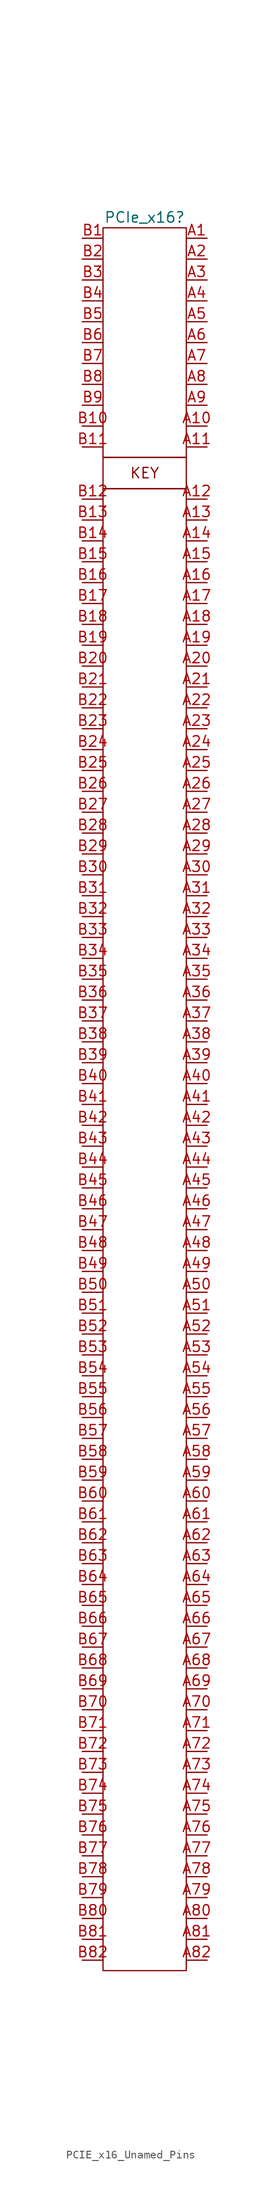
<source format=kicad_sym>
(kicad_symbol_lib
  (version 20220914)
  (generator kicad_symbol_editor)
  (symbol "PCIE_x16_Unamed_Pins"
    (property "Reference" "PCIe_x16"
      (at 0 2.54 0)
      (effects (font (size 1.27 1.27))))
    (property "Value" ""
      (at -11.43 -1.27 0)
      (effects (font (size 1.27 1.27))))
    (symbol "PCIE_x16_Unamed_Pins_0_1"
      (rectangle (start -5.08 -30.48) (end 5.08 -210.82) (stroke (width 0) (type default)) (fill (type none)))
      (rectangle (start -5.08 1.27) (end 5.08 -26.67) (stroke (width 0) (type default)) (fill (type none))))
    (symbol "PCIE_x16_Unamed_Pins_1_1"
      (text_box "KEY" (at -5.08 -26.67 0) (size 10.16 -3.81) (stroke (width 0) (type default)) (fill (type none)) (effects (font (size 1.27 1.27))))
      (pin input line (at 7.62 0 180) (length 2.54) (name "" (effects (font (size 1.27 1.27)))) (number "A1" (effects (font (size 1.27 1.27)))))
      (pin input line (at 7.62 -22.86 180) (length 2.54) (name "" (effects (font (size 1.27 1.27)))) (number "A10" (effects (font (size 1.27 1.27)))))
      (pin input line (at 7.62 -25.4 180) (length 2.54) (name "" (effects (font (size 1.27 1.27)))) (number "A11" (effects (font (size 1.27 1.27)))))
      (pin input line (at 7.62 -31.75 180) (length 2.54) (name "" (effects (font (size 1.27 1.27)))) (number "A12" (effects (font (size 1.27 1.27)))))
      (pin input line (at 7.62 -34.29 180) (length 2.54) (name "" (effects (font (size 1.27 1.27)))) (number "A13" (effects (font (size 1.27 1.27)))))
      (pin input line (at 7.62 -36.83 180) (length 2.54) (name "" (effects (font (size 1.27 1.27)))) (number "A14" (effects (font (size 1.27 1.27)))))
      (pin input line (at 7.62 -39.37 180) (length 2.54) (name "" (effects (font (size 1.27 1.27)))) (number "A15" (effects (font (size 1.27 1.27)))))
      (pin input line (at 7.62 -41.91 180) (length 2.54) (name "" (effects (font (size 1.27 1.27)))) (number "A16" (effects (font (size 1.27 1.27)))))
      (pin input line (at 7.62 -44.45 180) (length 2.54) (name "" (effects (font (size 1.27 1.27)))) (number "A17" (effects (font (size 1.27 1.27)))))
      (pin input line (at 7.62 -46.99 180) (length 2.54) (name "" (effects (font (size 1.27 1.27)))) (number "A18" (effects (font (size 1.27 1.27)))))
      (pin input line (at 7.62 -49.53 180) (length 2.54) (name "" (effects (font (size 1.27 1.27)))) (number "A19" (effects (font (size 1.27 1.27)))))
      (pin input line (at 7.62 -2.54 180) (length 2.54) (name "" (effects (font (size 1.27 1.27)))) (number "A2" (effects (font (size 1.27 1.27)))))
      (pin input line (at 7.62 -52.07 180) (length 2.54) (name "" (effects (font (size 1.27 1.27)))) (number "A20" (effects (font (size 1.27 1.27)))))
      (pin input line (at 7.62 -54.61 180) (length 2.54) (name "" (effects (font (size 1.27 1.27)))) (number "A21" (effects (font (size 1.27 1.27)))))
      (pin input line (at 7.62 -57.15 180) (length 2.54) (name "" (effects (font (size 1.27 1.27)))) (number "A22" (effects (font (size 1.27 1.27)))))
      (pin input line (at 7.62 -59.69 180) (length 2.54) (name "" (effects (font (size 1.27 1.27)))) (number "A23" (effects (font (size 1.27 1.27)))))
      (pin input line (at 7.62 -62.23 180) (length 2.54) (name "" (effects (font (size 1.27 1.27)))) (number "A24" (effects (font (size 1.27 1.27)))))
      (pin input line (at 7.62 -64.77 180) (length 2.54) (name "" (effects (font (size 1.27 1.27)))) (number "A25" (effects (font (size 1.27 1.27)))))
      (pin input line (at 7.62 -67.31 180) (length 2.54) (name "" (effects (font (size 1.27 1.27)))) (number "A26" (effects (font (size 1.27 1.27)))))
      (pin input line (at 7.62 -69.85 180) (length 2.54) (name "" (effects (font (size 1.27 1.27)))) (number "A27" (effects (font (size 1.27 1.27)))))
      (pin input line (at 7.62 -72.39 180) (length 2.54) (name "" (effects (font (size 1.27 1.27)))) (number "A28" (effects (font (size 1.27 1.27)))))
      (pin input line (at 7.62 -74.93 180) (length 2.54) (name "" (effects (font (size 1.27 1.27)))) (number "A29" (effects (font (size 1.27 1.27)))))
      (pin input line (at 7.62 -5.08 180) (length 2.54) (name "" (effects (font (size 1.27 1.27)))) (number "A3" (effects (font (size 1.27 1.27)))))
      (pin input line (at 7.62 -77.47 180) (length 2.54) (name "" (effects (font (size 1.27 1.27)))) (number "A30" (effects (font (size 1.27 1.27)))))
      (pin input line (at 7.62 -80.01 180) (length 2.54) (name "" (effects (font (size 1.27 1.27)))) (number "A31" (effects (font (size 1.27 1.27)))))
      (pin input line (at 7.62 -82.55 180) (length 2.54) (name "" (effects (font (size 1.27 1.27)))) (number "A32" (effects (font (size 1.27 1.27)))))
      (pin input line (at 7.62 -85.09 180) (length 2.54) (name "" (effects (font (size 1.27 1.27)))) (number "A33" (effects (font (size 1.27 1.27)))))
      (pin input line (at 7.62 -87.63 180) (length 2.54) (name "" (effects (font (size 1.27 1.27)))) (number "A34" (effects (font (size 1.27 1.27)))))
      (pin input line (at 7.62 -90.17 180) (length 2.54) (name "" (effects (font (size 1.27 1.27)))) (number "A35" (effects (font (size 1.27 1.27)))))
      (pin input line (at 7.62 -92.71 180) (length 2.54) (name "" (effects (font (size 1.27 1.27)))) (number "A36" (effects (font (size 1.27 1.27)))))
      (pin input line (at 7.62 -95.25 180) (length 2.54) (name "" (effects (font (size 1.27 1.27)))) (number "A37" (effects (font (size 1.27 1.27)))))
      (pin input line (at 7.62 -97.79 180) (length 2.54) (name "" (effects (font (size 1.27 1.27)))) (number "A38" (effects (font (size 1.27 1.27)))))
      (pin input line (at 7.62 -100.33 180) (length 2.54) (name "" (effects (font (size 1.27 1.27)))) (number "A39" (effects (font (size 1.27 1.27)))))
      (pin input line (at 7.62 -7.62 180) (length 2.54) (name "" (effects (font (size 1.27 1.27)))) (number "A4" (effects (font (size 1.27 1.27)))))
      (pin input line (at 7.62 -102.87 180) (length 2.54) (name "" (effects (font (size 1.27 1.27)))) (number "A40" (effects (font (size 1.27 1.27)))))
      (pin input line (at 7.62 -105.41 180) (length 2.54) (name "" (effects (font (size 1.27 1.27)))) (number "A41" (effects (font (size 1.27 1.27)))))
      (pin input line (at 7.62 -107.95 180) (length 2.54) (name "" (effects (font (size 1.27 1.27)))) (number "A42" (effects (font (size 1.27 1.27)))))
      (pin input line (at 7.62 -110.49 180) (length 2.54) (name "" (effects (font (size 1.27 1.27)))) (number "A43" (effects (font (size 1.27 1.27)))))
      (pin input line (at 7.62 -113.03 180) (length 2.54) (name "" (effects (font (size 1.27 1.27)))) (number "A44" (effects (font (size 1.27 1.27)))))
      (pin input line (at 7.62 -115.57 180) (length 2.54) (name "" (effects (font (size 1.27 1.27)))) (number "A45" (effects (font (size 1.27 1.27)))))
      (pin input line (at 7.62 -118.11 180) (length 2.54) (name "" (effects (font (size 1.27 1.27)))) (number "A46" (effects (font (size 1.27 1.27)))))
      (pin input line (at 7.62 -120.65 180) (length 2.54) (name "" (effects (font (size 1.27 1.27)))) (number "A47" (effects (font (size 1.27 1.27)))))
      (pin input line (at 7.62 -123.19 180) (length 2.54) (name "" (effects (font (size 1.27 1.27)))) (number "A48" (effects (font (size 1.27 1.27)))))
      (pin input line (at 7.62 -125.73 180) (length 2.54) (name "" (effects (font (size 1.27 1.27)))) (number "A49" (effects (font (size 1.27 1.27)))))
      (pin input line (at 7.62 -10.16 180) (length 2.54) (name "" (effects (font (size 1.27 1.27)))) (number "A5" (effects (font (size 1.27 1.27)))))
      (pin input line (at 7.62 -128.27 180) (length 2.54) (name "" (effects (font (size 1.27 1.27)))) (number "A50" (effects (font (size 1.27 1.27)))))
      (pin input line (at 7.62 -130.81 180) (length 2.54) (name "" (effects (font (size 1.27 1.27)))) (number "A51" (effects (font (size 1.27 1.27)))))
      (pin input line (at 7.62 -133.35 180) (length 2.54) (name "" (effects (font (size 1.27 1.27)))) (number "A52" (effects (font (size 1.27 1.27)))))
      (pin input line (at 7.62 -135.89 180) (length 2.54) (name "" (effects (font (size 1.27 1.27)))) (number "A53" (effects (font (size 1.27 1.27)))))
      (pin input line (at 7.62 -138.43 180) (length 2.54) (name "" (effects (font (size 1.27 1.27)))) (number "A54" (effects (font (size 1.27 1.27)))))
      (pin input line (at 7.62 -140.97 180) (length 2.54) (name "" (effects (font (size 1.27 1.27)))) (number "A55" (effects (font (size 1.27 1.27)))))
      (pin input line (at 7.62 -143.51 180) (length 2.54) (name "" (effects (font (size 1.27 1.27)))) (number "A56" (effects (font (size 1.27 1.27)))))
      (pin input line (at 7.62 -146.05 180) (length 2.54) (name "" (effects (font (size 1.27 1.27)))) (number "A57" (effects (font (size 1.27 1.27)))))
      (pin input line (at 7.62 -148.59 180) (length 2.54) (name "" (effects (font (size 1.27 1.27)))) (number "A58" (effects (font (size 1.27 1.27)))))
      (pin input line (at 7.62 -151.13 180) (length 2.54) (name "" (effects (font (size 1.27 1.27)))) (number "A59" (effects (font (size 1.27 1.27)))))
      (pin input line (at 7.62 -12.7 180) (length 2.54) (name "" (effects (font (size 1.27 1.27)))) (number "A6" (effects (font (size 1.27 1.27)))))
      (pin input line (at 7.62 -153.67 180) (length 2.54) (name "" (effects (font (size 1.27 1.27)))) (number "A60" (effects (font (size 1.27 1.27)))))
      (pin input line (at 7.62 -156.21 180) (length 2.54) (name "" (effects (font (size 1.27 1.27)))) (number "A61" (effects (font (size 1.27 1.27)))))
      (pin input line (at 7.62 -158.75 180) (length 2.54) (name "" (effects (font (size 1.27 1.27)))) (number "A62" (effects (font (size 1.27 1.27)))))
      (pin input line (at 7.62 -161.29 180) (length 2.54) (name "" (effects (font (size 1.27 1.27)))) (number "A63" (effects (font (size 1.27 1.27)))))
      (pin input line (at 7.62 -163.83 180) (length 2.54) (name "" (effects (font (size 1.27 1.27)))) (number "A64" (effects (font (size 1.27 1.27)))))
      (pin input line (at 7.62 -166.37 180) (length 2.54) (name "" (effects (font (size 1.27 1.27)))) (number "A65" (effects (font (size 1.27 1.27)))))
      (pin input line (at 7.62 -168.91 180) (length 2.54) (name "" (effects (font (size 1.27 1.27)))) (number "A66" (effects (font (size 1.27 1.27)))))
      (pin input line (at 7.62 -171.45 180) (length 2.54) (name "" (effects (font (size 1.27 1.27)))) (number "A67" (effects (font (size 1.27 1.27)))))
      (pin input line (at 7.62 -173.99 180) (length 2.54) (name "" (effects (font (size 1.27 1.27)))) (number "A68" (effects (font (size 1.27 1.27)))))
      (pin input line (at 7.62 -176.53 180) (length 2.54) (name "" (effects (font (size 1.27 1.27)))) (number "A69" (effects (font (size 1.27 1.27)))))
      (pin input line (at 7.62 -15.24 180) (length 2.54) (name "" (effects (font (size 1.27 1.27)))) (number "A7" (effects (font (size 1.27 1.27)))))
      (pin input line (at 7.62 -179.07 180) (length 2.54) (name "" (effects (font (size 1.27 1.27)))) (number "A70" (effects (font (size 1.27 1.27)))))
      (pin input line (at 7.62 -181.61 180) (length 2.54) (name "" (effects (font (size 1.27 1.27)))) (number "A71" (effects (font (size 1.27 1.27)))))
      (pin input line (at 7.62 -184.15 180) (length 2.54) (name "" (effects (font (size 1.27 1.27)))) (number "A72" (effects (font (size 1.27 1.27)))))
      (pin input line (at 7.62 -186.69 180) (length 2.54) (name "" (effects (font (size 1.27 1.27)))) (number "A73" (effects (font (size 1.27 1.27)))))
      (pin input line (at 7.62 -189.23 180) (length 2.54) (name "" (effects (font (size 1.27 1.27)))) (number "A74" (effects (font (size 1.27 1.27)))))
      (pin input line (at 7.62 -191.77 180) (length 2.54) (name "" (effects (font (size 1.27 1.27)))) (number "A75" (effects (font (size 1.27 1.27)))))
      (pin input line (at 7.62 -194.31 180) (length 2.54) (name "" (effects (font (size 1.27 1.27)))) (number "A76" (effects (font (size 1.27 1.27)))))
      (pin input line (at 7.62 -196.85 180) (length 2.54) (name "" (effects (font (size 1.27 1.27)))) (number "A77" (effects (font (size 1.27 1.27)))))
      (pin input line (at 7.62 -199.39 180) (length 2.54) (name "" (effects (font (size 1.27 1.27)))) (number "A78" (effects (font (size 1.27 1.27)))))
      (pin input line (at 7.62 -201.93 180) (length 2.54) (name "" (effects (font (size 1.27 1.27)))) (number "A79" (effects (font (size 1.27 1.27)))))
      (pin input line (at 7.62 -17.78 180) (length 2.54) (name "" (effects (font (size 1.27 1.27)))) (number "A8" (effects (font (size 1.27 1.27)))))
      (pin input line (at 7.62 -204.47 180) (length 2.54) (name "" (effects (font (size 1.27 1.27)))) (number "A80" (effects (font (size 1.27 1.27)))))
      (pin input line (at 7.62 -207.01 180) (length 2.54) (name "" (effects (font (size 1.27 1.27)))) (number "A81" (effects (font (size 1.27 1.27)))))
      (pin input line (at 7.62 -209.55 180) (length 2.54) (name "" (effects (font (size 1.27 1.27)))) (number "A82" (effects (font (size 1.27 1.27)))))
      (pin input line (at 7.62 -20.32 180) (length 2.54) (name "" (effects (font (size 1.27 1.27)))) (number "A9" (effects (font (size 1.27 1.27)))))
      (pin input line (at -7.62 0 0) (length 2.54) (name "" (effects (font (size 1.27 1.27)))) (number "B1" (effects (font (size 1.27 1.27)))))
      (pin input line (at -7.62 -22.86 0) (length 2.54) (name "" (effects (font (size 1.27 1.27)))) (number "B10" (effects (font (size 1.27 1.27)))))
      (pin input line (at -7.62 -25.4 0) (length 2.54) (name "" (effects (font (size 1.27 1.27)))) (number "B11" (effects (font (size 1.27 1.27)))))
      (pin input line (at -7.62 -31.75 0) (length 2.54) (name "" (effects (font (size 1.27 1.27)))) (number "B12" (effects (font (size 1.27 1.27)))))
      (pin input line (at -7.62 -34.29 0) (length 2.54) (name "" (effects (font (size 1.27 1.27)))) (number "B13" (effects (font (size 1.27 1.27)))))
      (pin input line (at -7.62 -36.83 0) (length 2.54) (name "" (effects (font (size 1.27 1.27)))) (number "B14" (effects (font (size 1.27 1.27)))))
      (pin input line (at -7.62 -39.37 0) (length 2.54) (name "" (effects (font (size 1.27 1.27)))) (number "B15" (effects (font (size 1.27 1.27)))))
      (pin input line (at -7.62 -41.91 0) (length 2.54) (name "" (effects (font (size 1.27 1.27)))) (number "B16" (effects (font (size 1.27 1.27)))))
      (pin input line (at -7.62 -44.45 0) (length 2.54) (name "" (effects (font (size 1.27 1.27)))) (number "B17" (effects (font (size 1.27 1.27)))))
      (pin input line (at -7.62 -46.99 0) (length 2.54) (name "" (effects (font (size 1.27 1.27)))) (number "B18" (effects (font (size 1.27 1.27)))))
      (pin input line (at -7.62 -49.53 0) (length 2.54) (name "" (effects (font (size 1.27 1.27)))) (number "B19" (effects (font (size 1.27 1.27)))))
      (pin input line (at -7.62 -2.54 0) (length 2.54) (name "" (effects (font (size 1.27 1.27)))) (number "B2" (effects (font (size 1.27 1.27)))))
      (pin input line (at -7.62 -52.07 0) (length 2.54) (name "" (effects (font (size 1.27 1.27)))) (number "B20" (effects (font (size 1.27 1.27)))))
      (pin input line (at -7.62 -54.61 0) (length 2.54) (name "" (effects (font (size 1.27 1.27)))) (number "B21" (effects (font (size 1.27 1.27)))))
      (pin input line (at -7.62 -57.15 0) (length 2.54) (name "" (effects (font (size 1.27 1.27)))) (number "B22" (effects (font (size 1.27 1.27)))))
      (pin input line (at -7.62 -59.69 0) (length 2.54) (name "" (effects (font (size 1.27 1.27)))) (number "B23" (effects (font (size 1.27 1.27)))))
      (pin input line (at -7.62 -62.23 0) (length 2.54) (name "" (effects (font (size 1.27 1.27)))) (number "B24" (effects (font (size 1.27 1.27)))))
      (pin input line (at -7.62 -64.77 0) (length 2.54) (name "" (effects (font (size 1.27 1.27)))) (number "B25" (effects (font (size 1.27 1.27)))))
      (pin input line (at -7.62 -67.31 0) (length 2.54) (name "" (effects (font (size 1.27 1.27)))) (number "B26" (effects (font (size 1.27 1.27)))))
      (pin input line (at -7.62 -69.85 0) (length 2.54) (name "" (effects (font (size 1.27 1.27)))) (number "B27" (effects (font (size 1.27 1.27)))))
      (pin input line (at -7.62 -72.39 0) (length 2.54) (name "" (effects (font (size 1.27 1.27)))) (number "B28" (effects (font (size 1.27 1.27)))))
      (pin input line (at -7.62 -74.93 0) (length 2.54) (name "" (effects (font (size 1.27 1.27)))) (number "B29" (effects (font (size 1.27 1.27)))))
      (pin input line (at -7.62 -5.08 0) (length 2.54) (name "" (effects (font (size 1.27 1.27)))) (number "B3" (effects (font (size 1.27 1.27)))))
      (pin input line (at -7.62 -77.47 0) (length 2.54) (name "" (effects (font (size 1.27 1.27)))) (number "B30" (effects (font (size 1.27 1.27)))))
      (pin input line (at -7.62 -80.01 0) (length 2.54) (name "" (effects (font (size 1.27 1.27)))) (number "B31" (effects (font (size 1.27 1.27)))))
      (pin input line (at -7.62 -82.55 0) (length 2.54) (name "" (effects (font (size 1.27 1.27)))) (number "B32" (effects (font (size 1.27 1.27)))))
      (pin input line (at -7.62 -85.09 0) (length 2.54) (name "" (effects (font (size 1.27 1.27)))) (number "B33" (effects (font (size 1.27 1.27)))))
      (pin input line (at -7.62 -87.63 0) (length 2.54) (name "" (effects (font (size 1.27 1.27)))) (number "B34" (effects (font (size 1.27 1.27)))))
      (pin input line (at -7.62 -90.17 0) (length 2.54) (name "" (effects (font (size 1.27 1.27)))) (number "B35" (effects (font (size 1.27 1.27)))))
      (pin input line (at -7.62 -92.71 0) (length 2.54) (name "" (effects (font (size 1.27 1.27)))) (number "B36" (effects (font (size 1.27 1.27)))))
      (pin input line (at -7.62 -95.25 0) (length 2.54) (name "" (effects (font (size 1.27 1.27)))) (number "B37" (effects (font (size 1.27 1.27)))))
      (pin input line (at -7.62 -97.79 0) (length 2.54) (name "" (effects (font (size 1.27 1.27)))) (number "B38" (effects (font (size 1.27 1.27)))))
      (pin input line (at -7.62 -100.33 0) (length 2.54) (name "" (effects (font (size 1.27 1.27)))) (number "B39" (effects (font (size 1.27 1.27)))))
      (pin input line (at -7.62 -7.62 0) (length 2.54) (name "" (effects (font (size 1.27 1.27)))) (number "B4" (effects (font (size 1.27 1.27)))))
      (pin input line (at -7.62 -102.87 0) (length 2.54) (name "" (effects (font (size 1.27 1.27)))) (number "B40" (effects (font (size 1.27 1.27)))))
      (pin input line (at -7.62 -105.41 0) (length 2.54) (name "" (effects (font (size 1.27 1.27)))) (number "B41" (effects (font (size 1.27 1.27)))))
      (pin input line (at -7.62 -107.95 0) (length 2.54) (name "" (effects (font (size 1.27 1.27)))) (number "B42" (effects (font (size 1.27 1.27)))))
      (pin input line (at -7.62 -110.49 0) (length 2.54) (name "" (effects (font (size 1.27 1.27)))) (number "B43" (effects (font (size 1.27 1.27)))))
      (pin input line (at -7.62 -113.03 0) (length 2.54) (name "" (effects (font (size 1.27 1.27)))) (number "B44" (effects (font (size 1.27 1.27)))))
      (pin input line (at -7.62 -115.57 0) (length 2.54) (name "" (effects (font (size 1.27 1.27)))) (number "B45" (effects (font (size 1.27 1.27)))))
      (pin input line (at -7.62 -118.11 0) (length 2.54) (name "" (effects (font (size 1.27 1.27)))) (number "B46" (effects (font (size 1.27 1.27)))))
      (pin input line (at -7.62 -120.65 0) (length 2.54) (name "" (effects (font (size 1.27 1.27)))) (number "B47" (effects (font (size 1.27 1.27)))))
      (pin input line (at -7.62 -123.19 0) (length 2.54) (name "" (effects (font (size 1.27 1.27)))) (number "B48" (effects (font (size 1.27 1.27)))))
      (pin input line (at -7.62 -125.73 0) (length 2.54) (name "" (effects (font (size 1.27 1.27)))) (number "B49" (effects (font (size 1.27 1.27)))))
      (pin input line (at -7.62 -10.16 0) (length 2.54) (name "" (effects (font (size 1.27 1.27)))) (number "B5" (effects (font (size 1.27 1.27)))))
      (pin input line (at -7.62 -128.27 0) (length 2.54) (name "" (effects (font (size 1.27 1.27)))) (number "B50" (effects (font (size 1.27 1.27)))))
      (pin input line (at -7.62 -130.81 0) (length 2.54) (name "" (effects (font (size 1.27 1.27)))) (number "B51" (effects (font (size 1.27 1.27)))))
      (pin input line (at -7.62 -133.35 0) (length 2.54) (name "" (effects (font (size 1.27 1.27)))) (number "B52" (effects (font (size 1.27 1.27)))))
      (pin input line (at -7.62 -135.89 0) (length 2.54) (name "" (effects (font (size 1.27 1.27)))) (number "B53" (effects (font (size 1.27 1.27)))))
      (pin input line (at -7.62 -138.43 0) (length 2.54) (name "" (effects (font (size 1.27 1.27)))) (number "B54" (effects (font (size 1.27 1.27)))))
      (pin input line (at -7.62 -140.97 0) (length 2.54) (name "" (effects (font (size 1.27 1.27)))) (number "B55" (effects (font (size 1.27 1.27)))))
      (pin input line (at -7.62 -143.51 0) (length 2.54) (name "" (effects (font (size 1.27 1.27)))) (number "B56" (effects (font (size 1.27 1.27)))))
      (pin input line (at -7.62 -146.05 0) (length 2.54) (name "" (effects (font (size 1.27 1.27)))) (number "B57" (effects (font (size 1.27 1.27)))))
      (pin input line (at -7.62 -148.59 0) (length 2.54) (name "" (effects (font (size 1.27 1.27)))) (number "B58" (effects (font (size 1.27 1.27)))))
      (pin input line (at -7.62 -151.13 0) (length 2.54) (name "" (effects (font (size 1.27 1.27)))) (number "B59" (effects (font (size 1.27 1.27)))))
      (pin input line (at -7.62 -12.7 0) (length 2.54) (name "" (effects (font (size 1.27 1.27)))) (number "B6" (effects (font (size 1.27 1.27)))))
      (pin input line (at -7.62 -153.67 0) (length 2.54) (name "" (effects (font (size 1.27 1.27)))) (number "B60" (effects (font (size 1.27 1.27)))))
      (pin input line (at -7.62 -156.21 0) (length 2.54) (name "" (effects (font (size 1.27 1.27)))) (number "B61" (effects (font (size 1.27 1.27)))))
      (pin input line (at -7.62 -158.75 0) (length 2.54) (name "" (effects (font (size 1.27 1.27)))) (number "B62" (effects (font (size 1.27 1.27)))))
      (pin input line (at -7.62 -161.29 0) (length 2.54) (name "" (effects (font (size 1.27 1.27)))) (number "B63" (effects (font (size 1.27 1.27)))))
      (pin input line (at -7.62 -163.83 0) (length 2.54) (name "" (effects (font (size 1.27 1.27)))) (number "B64" (effects (font (size 1.27 1.27)))))
      (pin input line (at -7.62 -166.37 0) (length 2.54) (name "" (effects (font (size 1.27 1.27)))) (number "B65" (effects (font (size 1.27 1.27)))))
      (pin input line (at -7.62 -168.91 0) (length 2.54) (name "" (effects (font (size 1.27 1.27)))) (number "B66" (effects (font (size 1.27 1.27)))))
      (pin input line (at -7.62 -171.45 0) (length 2.54) (name "" (effects (font (size 1.27 1.27)))) (number "B67" (effects (font (size 1.27 1.27)))))
      (pin input line (at -7.62 -173.99 0) (length 2.54) (name "" (effects (font (size 1.27 1.27)))) (number "B68" (effects (font (size 1.27 1.27)))))
      (pin input line (at -7.62 -176.53 0) (length 2.54) (name "" (effects (font (size 1.27 1.27)))) (number "B69" (effects (font (size 1.27 1.27)))))
      (pin input line (at -7.62 -15.24 0) (length 2.54) (name "" (effects (font (size 1.27 1.27)))) (number "B7" (effects (font (size 1.27 1.27)))))
      (pin input line (at -7.62 -179.07 0) (length 2.54) (name "" (effects (font (size 1.27 1.27)))) (number "B70" (effects (font (size 1.27 1.27)))))
      (pin input line (at -7.62 -181.61 0) (length 2.54) (name "" (effects (font (size 1.27 1.27)))) (number "B71" (effects (font (size 1.27 1.27)))))
      (pin input line (at -7.62 -184.15 0) (length 2.54) (name "" (effects (font (size 1.27 1.27)))) (number "B72" (effects (font (size 1.27 1.27)))))
      (pin input line (at -7.62 -186.69 0) (length 2.54) (name "" (effects (font (size 1.27 1.27)))) (number "B73" (effects (font (size 1.27 1.27)))))
      (pin input line (at -7.62 -189.23 0) (length 2.54) (name "" (effects (font (size 1.27 1.27)))) (number "B74" (effects (font (size 1.27 1.27)))))
      (pin input line (at -7.62 -191.77 0) (length 2.54) (name "" (effects (font (size 1.27 1.27)))) (number "B75" (effects (font (size 1.27 1.27)))))
      (pin input line (at -7.62 -194.31 0) (length 2.54) (name "" (effects (font (size 1.27 1.27)))) (number "B76" (effects (font (size 1.27 1.27)))))
      (pin input line (at -7.62 -196.85 0) (length 2.54) (name "" (effects (font (size 1.27 1.27)))) (number "B77" (effects (font (size 1.27 1.27)))))
      (pin input line (at -7.62 -199.39 0) (length 2.54) (name "" (effects (font (size 1.27 1.27)))) (number "B78" (effects (font (size 1.27 1.27)))))
      (pin input line (at -7.62 -201.93 0) (length 2.54) (name "" (effects (font (size 1.27 1.27)))) (number "B79" (effects (font (size 1.27 1.27)))))
      (pin input line (at -7.62 -17.78 0) (length 2.54) (name "" (effects (font (size 1.27 1.27)))) (number "B8" (effects (font (size 1.27 1.27)))))
      (pin input line (at -7.62 -204.47 0) (length 2.54) (name "" (effects (font (size 1.27 1.27)))) (number "B80" (effects (font (size 1.27 1.27)))))
      (pin input line (at -7.62 -207.01 0) (length 2.54) (name "" (effects (font (size 1.27 1.27)))) (number "B81" (effects (font (size 1.27 1.27)))))
      (pin input line (at -7.62 -209.55 0) (length 2.54) (name "" (effects (font (size 1.27 1.27)))) (number "B82" (effects (font (size 1.27 1.27)))))
      (pin input line (at -7.62 -20.32 0) (length 2.54) (name "" (effects (font (size 1.27 1.27)))) (number "B9" (effects (font (size 1.27 1.27))))))))
</source>
